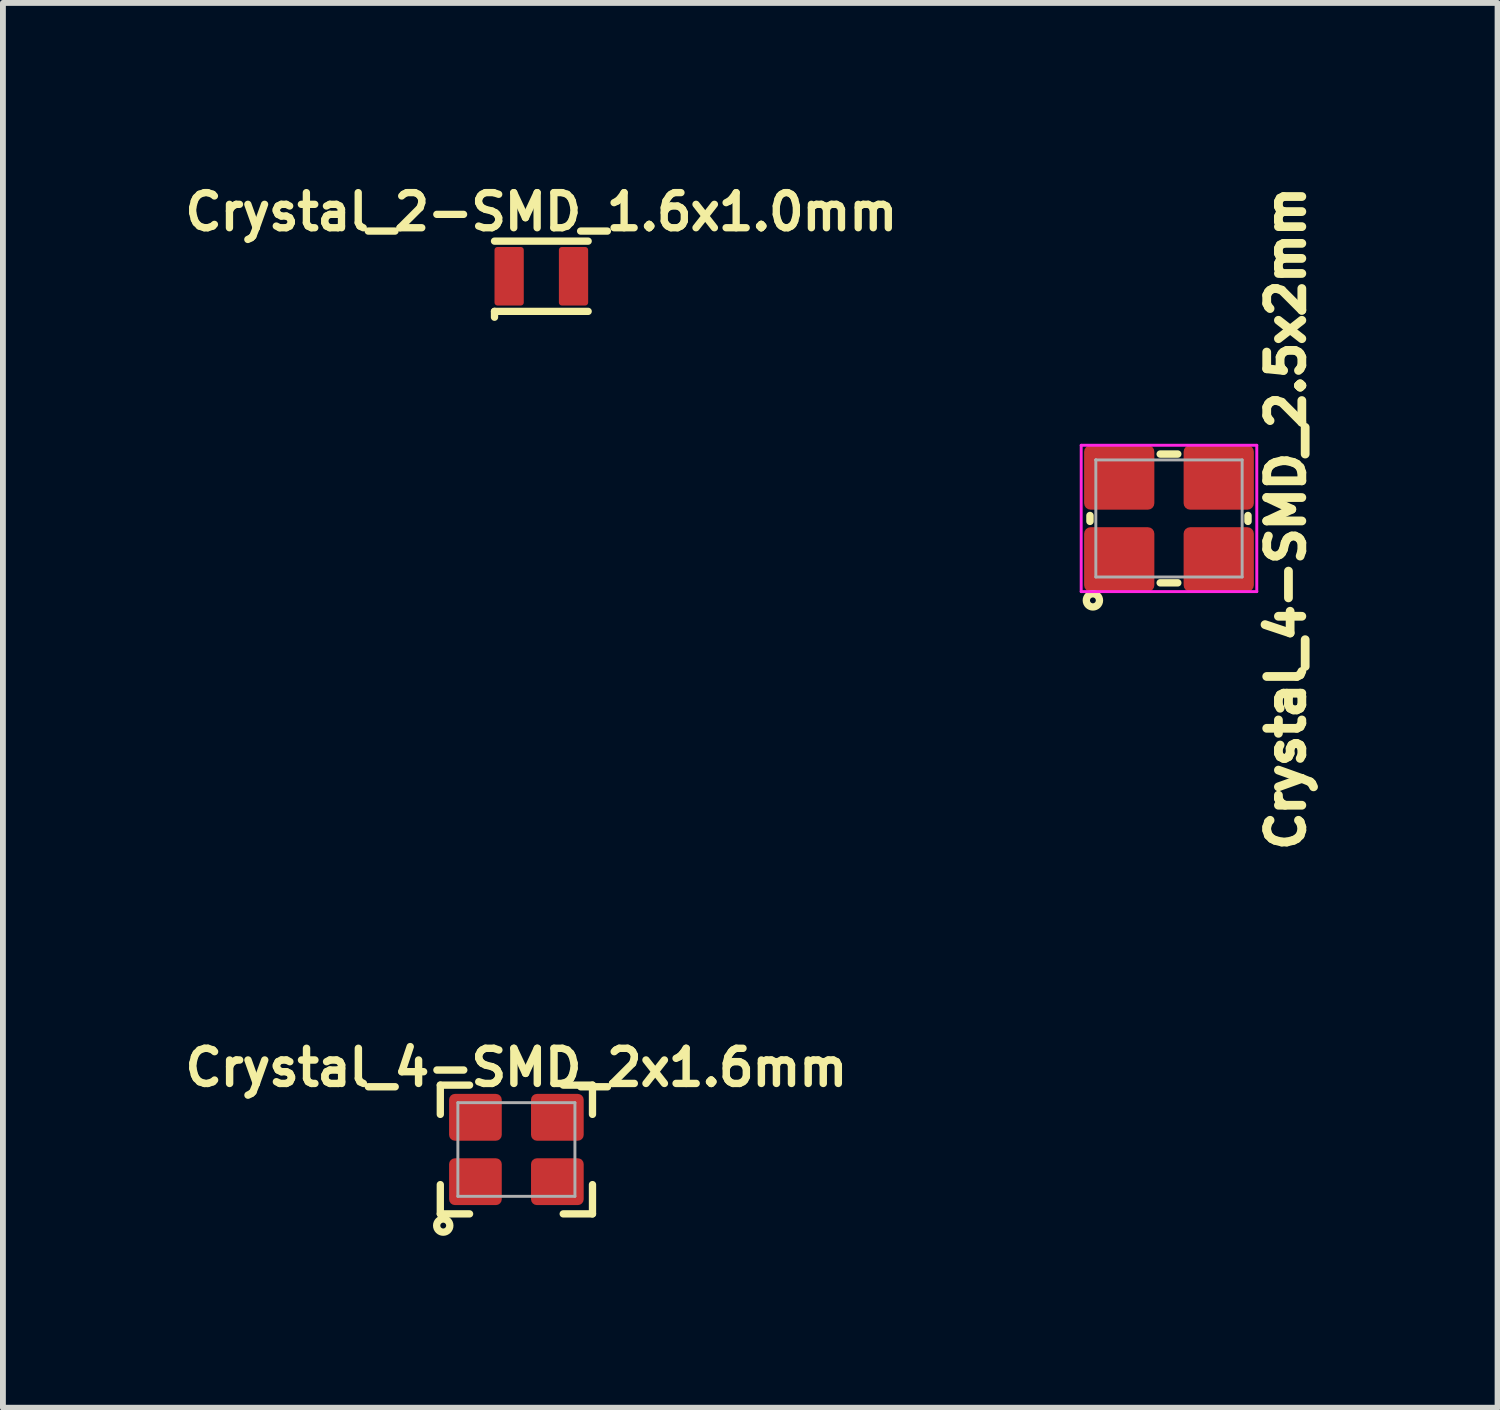
<source format=kicad_pcb>
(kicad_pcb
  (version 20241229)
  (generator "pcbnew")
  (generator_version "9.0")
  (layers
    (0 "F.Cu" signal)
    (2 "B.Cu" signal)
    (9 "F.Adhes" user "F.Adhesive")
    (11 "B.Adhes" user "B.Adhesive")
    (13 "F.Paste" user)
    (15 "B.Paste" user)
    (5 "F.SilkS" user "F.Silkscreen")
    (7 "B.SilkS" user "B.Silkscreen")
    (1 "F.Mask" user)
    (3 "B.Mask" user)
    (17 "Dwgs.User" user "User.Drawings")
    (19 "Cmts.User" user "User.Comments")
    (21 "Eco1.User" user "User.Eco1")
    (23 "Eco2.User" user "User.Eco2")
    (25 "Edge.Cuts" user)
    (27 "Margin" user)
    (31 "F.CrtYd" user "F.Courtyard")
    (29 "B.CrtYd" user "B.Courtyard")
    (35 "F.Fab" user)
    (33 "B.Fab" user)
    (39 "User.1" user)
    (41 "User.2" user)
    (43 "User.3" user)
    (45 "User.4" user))
  (footprint "Crystal_4-SMD_2.5x2mm"
    (layer "F.Cu")
    (at 16.923 5.808)
    (property "Reference" "Crystal_4-SMD_2.5x2mm" (at 2 0 90) (layer "F.SilkS") (effects (font (size 0.6 0.6) (thickness 0.15))))
    (attr smd)
    (fp_line (start -1.35 -0.05) (end -1.35 0.05) (stroke (width 0.127) (type solid)) (layer "F.SilkS"))
    (fp_line (start -0.15 -1.1) (end 0.15 -1.1) (stroke (width 0.127) (type solid)) (layer "F.SilkS"))
    (fp_line (start -0.15 1.1) (end 0.15 1.1) (stroke (width 0.127) (type solid)) (layer "F.SilkS"))
    (fp_line (start 1.35 -0.05) (end 1.35 0.05) (stroke (width 0.127) (type solid)) (layer "F.SilkS"))
    (fp_circle (center -1.3 1.4) (end -1.3 1.35) (stroke (width 0.125) (type solid)) (fill no) (layer "F.SilkS"))
    (fp_line (start -1.5 -1.25) (end 1.5 -1.25) (stroke (width 0.05) (type solid)) (layer "F.CrtYd"))
    (fp_line (start -1.5 1.25) (end -1.5 -1.25) (stroke (width 0.05) (type solid)) (layer "F.CrtYd"))
    (fp_line (start 1.5 -1.25) (end 1.5 1.25) (stroke (width 0.05) (type solid)) (layer "F.CrtYd"))
    (fp_line (start 1.5 1.25) (end -1.5 1.25) (stroke (width 0.05) (type solid)) (layer "F.CrtYd"))
    (fp_line (start -1.25 -1) (end -1.25 -1) (stroke (width 0.05) (type solid)) (layer "F.Fab"))
    (fp_line (start -1.25 -1) (end 1.25 -1) (stroke (width 0.05) (type solid)) (layer "F.Fab"))
    (fp_line (start -1.25 1) (end -1.25 -1) (stroke (width 0.05) (type solid)) (layer "F.Fab"))
    (fp_line (start 1.25 -1) (end 1.25 1) (stroke (width 0.05) (type solid)) (layer "F.Fab"))
    (fp_line (start 1.25 1) (end -1.25 1) (stroke (width 0.05) (type solid)) (layer "F.Fab"))
    (pad "" smd roundrect (at -0.85 -0.7) (size 1 1) (layers "F.Paste") (roundrect_rratio 0.33))
    (pad "" smd roundrect (at -0.85 0.7) (size 1 1) (layers "F.Paste") (roundrect_rratio 0.33))
    (pad "" smd roundrect (at 0.85 -0.7) (size 1 1) (layers "F.Paste") (roundrect_rratio 0.33))
    (pad "" smd roundrect (at 0.85 0.7) (size 1 1) (layers "F.Paste") (roundrect_rratio 0.33))
    (pad "1" smd roundrect (at -0.85 0.7) (size 1.2 1.1) (layers "F.Cu" "F.Mask") (roundrect_rratio 0.1))
    (pad "2" smd roundrect (at 0.85 0.7) (size 1.2 1.1) (layers "F.Cu" "F.Mask") (roundrect_rratio 0.1))
    (pad "3" smd roundrect (at 0.85 -0.7) (size 1.2 1.1) (layers "F.Cu" "F.Mask") (roundrect_rratio 0.1))
    (pad "4" smd roundrect (at -0.85 -0.7) (size 1.2 1.1) (layers "F.Cu" "F.Mask") (roundrect_rratio 0.1)))
  (footprint "Crystal_4-SMD_2x1.6mm"
    (layer "F.Cu")
    (at 5.773 16.59)
    (property "Reference" "Crystal_4-SMD_2x1.6mm" (at 0 -1.4 0) (layer "F.SilkS") (effects (font (size 0.6 0.6) (thickness 0.127))))
    (attr smd)
    (fp_line (start -1.3 -1.1) (end -0.8 -1.1) (stroke (width 0.125) (type solid)) (layer "F.SilkS"))
    (fp_line (start -1.3 -0.6) (end -1.3 -1.1) (stroke (width 0.125) (type solid)) (layer "F.SilkS"))
    (fp_line (start -1.3 0.6) (end -1.3 1.1) (stroke (width 0.125) (type solid)) (layer "F.SilkS"))
    (fp_line (start -1.3 1.1) (end -0.8 1.1) (stroke (width 0.125) (type solid)) (layer "F.SilkS"))
    (fp_line (start 0.8 -1.1) (end 1.3 -1.1) (stroke (width 0.125) (type solid)) (layer "F.SilkS"))
    (fp_line (start 1.3 -1.1) (end 1.3 -0.6) (stroke (width 0.125) (type solid)) (layer "F.SilkS"))
    (fp_line (start 1.3 0.6) (end 1.3 1.1) (stroke (width 0.125) (type solid)) (layer "F.SilkS"))
    (fp_line (start 1.3 1.1) (end 0.8 1.1) (stroke (width 0.125) (type solid)) (layer "F.SilkS"))
    (fp_circle (center -1.25 1.3) (end -1.25 1.35) (stroke (width 0.125) (type solid)) (fill no) (layer "F.SilkS"))
    (fp_line (start -1 -0.8) (end 1 -0.8) (stroke (width 0.05) (type solid)) (layer "F.Fab"))
    (fp_line (start -1 0.8) (end -1 -0.8) (stroke (width 0.05) (type solid)) (layer "F.Fab"))
    (fp_line (start 1 -0.8) (end 1 0.8) (stroke (width 0.05) (type solid)) (layer "F.Fab"))
    (fp_line (start 1 0.8) (end -1 0.8) (stroke (width 0.05) (type solid)) (layer "F.Fab"))
    (pad "1" smd roundrect (at -0.7 0.55) (size 0.9 0.8) (layers "F.Cu" "F.Mask" "F.Paste") (roundrect_rratio 0.125))
    (pad "2" smd roundrect (at 0.7 0.55) (size 0.9 0.8) (layers "F.Cu" "F.Mask" "F.Paste") (roundrect_rratio 0.125))
    (pad "3" smd roundrect (at 0.7 -0.55) (size 0.9 0.8) (layers "F.Cu" "F.Mask" "F.Paste") (roundrect_rratio 0.125))
    (pad "4" smd roundrect (at -0.7 -0.55) (size 0.9 0.8) (layers "F.Cu" "F.Mask" "F.Paste") (roundrect_rratio 0.125)))
  (footprint "Crystal_2-SMD_1.6x1.0mm"
    (layer "F.Cu")
    (at 6.199 1.67)
    (property "Reference" "Crystal_2-SMD_1.6x1.0mm" (at 0 -1.1 0) (layer "F.SilkS") (effects (font (size 0.6 0.6) (thickness 0.125))))
    (attr smd)
    (fp_line (start -0.8 -0.6) (end 0.8 -0.6) (stroke (width 0.125) (type solid)) (layer "F.SilkS"))
    (fp_line (start -0.8 0.6) (end -0.8 0.7) (stroke (width 0.125) (type solid)) (layer "F.SilkS"))
    (fp_line (start 0.8 0.6) (end -0.8 0.6) (stroke (width 0.125) (type solid)) (layer "F.SilkS"))
    (pad "1" smd roundrect (at -0.55 0) (size 0.5 1) (layers "F.Cu" "F.Mask" "F.Paste") (roundrect_rratio 0.1))
    (pad "2" smd roundrect (at 0.55 0) (size 0.5 1) (layers "F.Cu" "F.Mask" "F.Paste") (roundrect_rratio 0.1)))
  (gr_rect
    (start -3 -3)
    (end 22.537 21.002)
    (stroke (width 0.1) (type default))
    (fill no)
    (layer "Edge.Cuts")))
</source>
